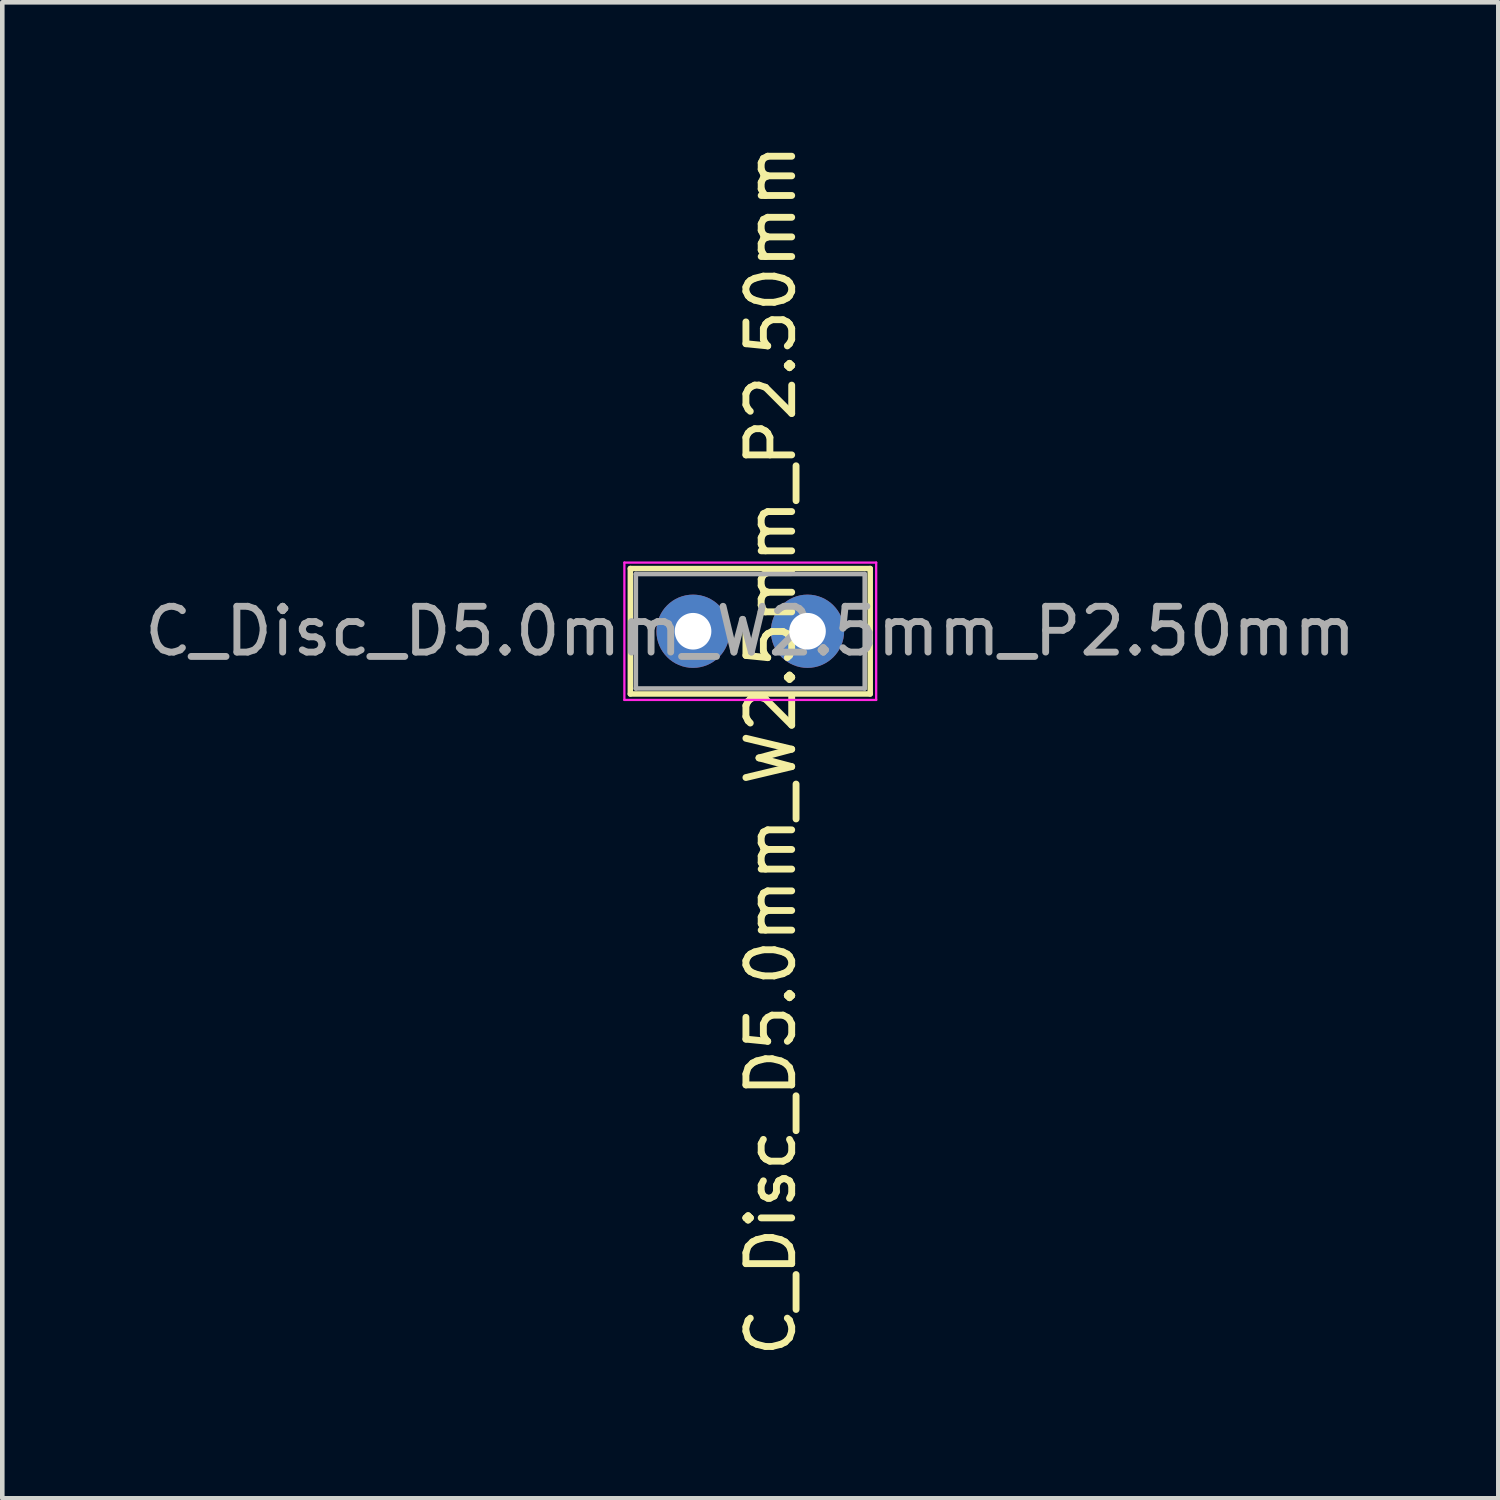
<source format=kicad_pcb>
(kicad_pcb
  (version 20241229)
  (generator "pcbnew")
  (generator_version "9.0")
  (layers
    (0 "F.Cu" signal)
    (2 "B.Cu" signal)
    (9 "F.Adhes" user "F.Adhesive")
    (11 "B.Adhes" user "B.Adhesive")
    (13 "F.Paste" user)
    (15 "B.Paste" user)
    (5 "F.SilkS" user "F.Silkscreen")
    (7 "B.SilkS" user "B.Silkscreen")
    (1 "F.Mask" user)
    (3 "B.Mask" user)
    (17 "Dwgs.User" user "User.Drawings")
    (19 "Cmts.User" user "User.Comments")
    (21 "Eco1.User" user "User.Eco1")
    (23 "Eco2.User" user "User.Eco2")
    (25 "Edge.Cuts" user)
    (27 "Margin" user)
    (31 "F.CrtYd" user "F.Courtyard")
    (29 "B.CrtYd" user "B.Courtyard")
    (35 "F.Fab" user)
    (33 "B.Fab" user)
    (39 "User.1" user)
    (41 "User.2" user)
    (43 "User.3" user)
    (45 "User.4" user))
  (footprint "C_Disc_D5.0mm_W2.5mm_P2.50mm"
    (layer "F.Cu")
    (at 12.089 10.739)
    (property "Reference" "C_Disc_D5.0mm_W2.5mm_P2.50mm" (at 1.7 2.6 270) (layer "F.SilkS") (effects (font (size 1 1) (thickness 0.15))))
    (attr through_hole)
    (fp_line (start -1.37 -1.37) (end -1.37 1.37) (stroke (width 0.12) (type solid)) (layer "F.SilkS"))
    (fp_line (start -1.37 -1.37) (end 3.87 -1.37) (stroke (width 0.12) (type solid)) (layer "F.SilkS"))
    (fp_line (start -1.37 1.37) (end 3.87 1.37) (stroke (width 0.12) (type solid)) (layer "F.SilkS"))
    (fp_line (start 3.87 -1.37) (end 3.87 1.37) (stroke (width 0.12) (type solid)) (layer "F.SilkS"))
    (fp_line (start -1.5 -1.5) (end -1.5 1.5) (stroke (width 0.05) (type solid)) (layer "F.CrtYd"))
    (fp_line (start -1.5 1.5) (end 4 1.5) (stroke (width 0.05) (type solid)) (layer "F.CrtYd"))
    (fp_line (start 4 -1.5) (end -1.5 -1.5) (stroke (width 0.05) (type solid)) (layer "F.CrtYd"))
    (fp_line (start 4 1.5) (end 4 -1.5) (stroke (width 0.05) (type solid)) (layer "F.CrtYd"))
    (fp_line (start -1.25 -1.25) (end -1.25 1.25) (stroke (width 0.1) (type solid)) (layer "F.Fab"))
    (fp_line (start -1.25 1.25) (end 3.75 1.25) (stroke (width 0.1) (type solid)) (layer "F.Fab"))
    (fp_line (start 3.75 -1.25) (end -1.25 -1.25) (stroke (width 0.1) (type solid)) (layer "F.Fab"))
    (fp_line (start 3.75 1.25) (end 3.75 -1.25) (stroke (width 0.1) (type solid)) (layer "F.Fab"))
    (fp_text user "${REFERENCE}" (at 1.25 0 0) (layer "F.Fab") (effects (font (size 1 1) (thickness 0.15))))
    (pad "1" thru_hole circle (at 0 0) (size 1.6 1.6) (drill 0.8) (layers "*.Cu" "*.Mask"))
    (pad "2" thru_hole circle (at 2.5 0) (size 1.6 1.6) (drill 0.8) (layers "*.Cu" "*.Mask")))
  (gr_rect
    (start -3 -3)
    (end 29.679 29.679)
    (stroke (width 0.1) (type default))
    (fill no)
    (layer "Edge.Cuts")))
</source>
